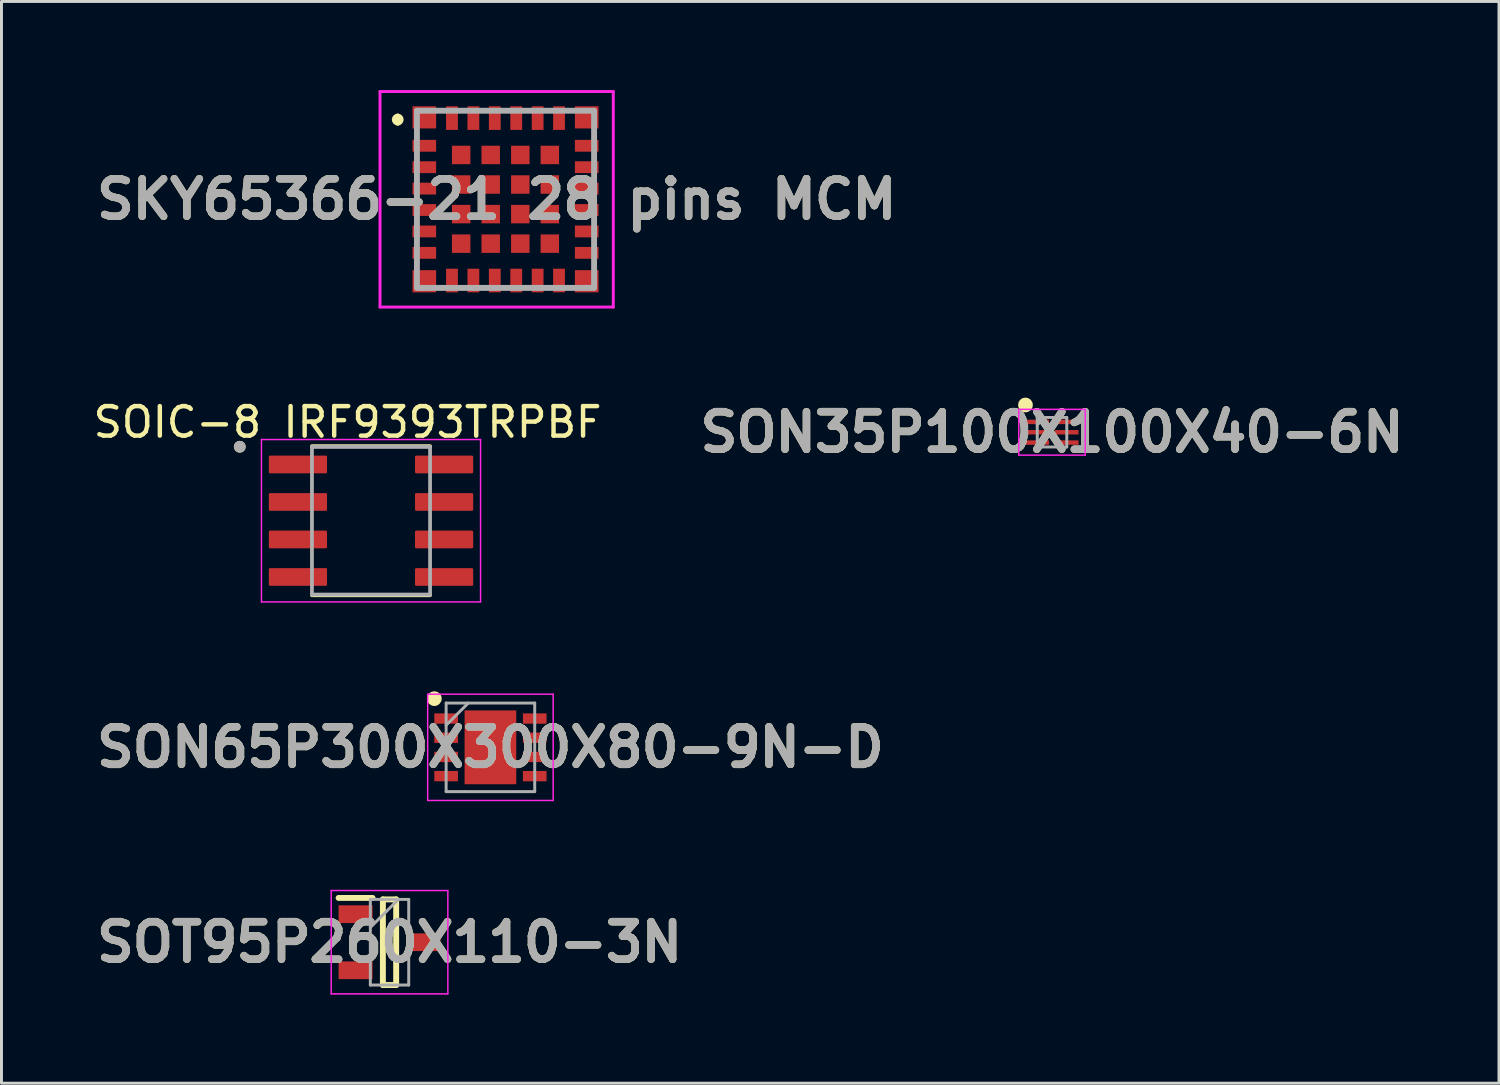
<source format=kicad_pcb>
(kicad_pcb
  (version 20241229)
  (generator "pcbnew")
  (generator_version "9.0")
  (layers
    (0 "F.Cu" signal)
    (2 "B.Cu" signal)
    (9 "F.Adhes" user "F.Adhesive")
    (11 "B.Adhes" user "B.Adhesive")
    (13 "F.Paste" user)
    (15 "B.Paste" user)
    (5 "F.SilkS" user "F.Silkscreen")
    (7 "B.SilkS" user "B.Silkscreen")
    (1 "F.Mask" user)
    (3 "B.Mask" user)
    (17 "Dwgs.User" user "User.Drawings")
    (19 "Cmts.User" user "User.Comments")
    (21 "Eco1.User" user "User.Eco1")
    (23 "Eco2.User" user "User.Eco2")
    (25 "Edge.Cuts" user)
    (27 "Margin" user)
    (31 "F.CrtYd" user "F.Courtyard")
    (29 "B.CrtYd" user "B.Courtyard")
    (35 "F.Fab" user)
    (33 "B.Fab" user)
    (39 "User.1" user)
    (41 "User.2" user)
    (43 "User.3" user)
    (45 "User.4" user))
  (footprint "SON65P300X300X80-9N-D"
    (layer "F.Cu")
    (at 13.559 22.26)
    (property "Reference" "SON65P300X300X80-9N-D" (at 0 0 0) (layer "F.SilkS") (effects (font (size 1.27 1.27) (thickness 0.254))))
    (attr smd)
    (fp_circle (center -1.9 -1.65) (end -1.9 -1.525) (stroke (width 0.25) (type solid)) (fill no) (layer "F.SilkS"))
    (fp_line (start -2.125 -1.8) (end 2.125 -1.8) (stroke (width 0.05) (type solid)) (layer "F.CrtYd"))
    (fp_line (start -2.125 1.8) (end -2.125 -1.8) (stroke (width 0.05) (type solid)) (layer "F.CrtYd"))
    (fp_line (start 2.125 -1.8) (end 2.125 1.8) (stroke (width 0.05) (type solid)) (layer "F.CrtYd"))
    (fp_line (start 2.125 1.8) (end -2.125 1.8) (stroke (width 0.05) (type solid)) (layer "F.CrtYd"))
    (fp_line (start -1.5 -1.5) (end 1.5 -1.5) (stroke (width 0.1) (type solid)) (layer "F.Fab"))
    (fp_line (start -1.5 -0.75) (end -0.75 -1.5) (stroke (width 0.1) (type solid)) (layer "F.Fab"))
    (fp_line (start -1.5 1.5) (end -1.5 -1.5) (stroke (width 0.1) (type solid)) (layer "F.Fab"))
    (fp_line (start 1.5 -1.5) (end 1.5 1.5) (stroke (width 0.1) (type solid)) (layer "F.Fab"))
    (fp_line (start 1.5 1.5) (end -1.5 1.5) (stroke (width 0.1) (type solid)) (layer "F.Fab"))
    (fp_text user "${REFERENCE}" (at 0 0 0) (layer "F.Fab") (effects (font (size 1.27 1.27) (thickness 0.254))))
    (pad "1" smd rect (at -1.5 -0.975 90) (size 0.35 0.8) (layers "F.Cu" "F.Mask" "F.Paste"))
    (pad "2" smd rect (at -1.5 -0.325 90) (size 0.35 0.8) (layers "F.Cu" "F.Mask" "F.Paste"))
    (pad "3" smd rect (at -1.5 0.325 90) (size 0.35 0.8) (layers "F.Cu" "F.Mask" "F.Paste"))
    (pad "4" smd rect (at -1.5 0.975 90) (size 0.35 0.8) (layers "F.Cu" "F.Mask" "F.Paste"))
    (pad "5" smd rect (at 1.5 0.975 90) (size 0.35 0.8) (layers "F.Cu" "F.Mask" "F.Paste"))
    (pad "6" smd rect (at 1.5 0.325 90) (size 0.35 0.8) (layers "F.Cu" "F.Mask" "F.Paste"))
    (pad "7" smd rect (at 1.5 -0.325 90) (size 0.35 0.8) (layers "F.Cu" "F.Mask" "F.Paste"))
    (pad "8" smd rect (at 1.5 -0.975 90) (size 0.35 0.8) (layers "F.Cu" "F.Mask" "F.Paste"))
    (pad "9" smd rect (at 0 0) (size 1.75 2.5) (layers "F.Cu" "F.Mask" "F.Paste")))
  (footprint "SON35P100X100X40-6N"
    (layer "F.Cu")
    (at 32.578 11.589)
    (property "Reference" "SON35P100X100X40-6N" (at 0 0 0) (layer "F.SilkS") (effects (font (size 1.27 1.27) (thickness 0.254))))
    (attr smd)
    (fp_circle (center -0.9 -0.925) (end -0.9 -0.8) (stroke (width 0.25) (type solid)) (fill no) (layer "F.SilkS"))
    (fp_line (start -1.125 -0.775) (end 1.125 -0.775) (stroke (width 0.05) (type solid)) (layer "F.CrtYd"))
    (fp_line (start -1.125 0.775) (end -1.125 -0.775) (stroke (width 0.05) (type solid)) (layer "F.CrtYd"))
    (fp_line (start 1.125 -0.775) (end 1.125 0.775) (stroke (width 0.05) (type solid)) (layer "F.CrtYd"))
    (fp_line (start 1.125 0.775) (end -1.125 0.775) (stroke (width 0.05) (type solid)) (layer "F.CrtYd"))
    (fp_line (start -0.5 -0.5) (end 0.5 -0.5) (stroke (width 0.1) (type solid)) (layer "F.Fab"))
    (fp_line (start -0.5 -0.25) (end -0.25 -0.5) (stroke (width 0.1) (type solid)) (layer "F.Fab"))
    (fp_line (start -0.5 0.5) (end -0.5 -0.5) (stroke (width 0.1) (type solid)) (layer "F.Fab"))
    (fp_line (start 0.5 -0.5) (end 0.5 0.5) (stroke (width 0.1) (type solid)) (layer "F.Fab"))
    (fp_line (start 0.5 0.5) (end -0.5 0.5) (stroke (width 0.1) (type solid)) (layer "F.Fab"))
    (fp_text user "${REFERENCE}" (at 0 0 0) (layer "F.Fab") (effects (font (size 1.27 1.27) (thickness 0.254))))
    (pad "1" smd rect (at -0.5 -0.35 90) (size 0.15 0.8) (layers "F.Cu" "F.Mask" "F.Paste"))
    (pad "2" smd rect (at -0.5 0 90) (size 0.15 0.8) (layers "F.Cu" "F.Mask" "F.Paste"))
    (pad "3" smd rect (at -0.5 0.35 90) (size 0.15 0.8) (layers "F.Cu" "F.Mask" "F.Paste"))
    (pad "4" smd rect (at 0.5 0.35 90) (size 0.15 0.8) (layers "F.Cu" "F.Mask" "F.Paste"))
    (pad "5" smd rect (at 0.5 0 90) (size 0.15 0.8) (layers "F.Cu" "F.Mask" "F.Paste"))
    (pad "6" smd rect (at 0.5 -0.35 90) (size 0.15 0.8) (layers "F.Cu" "F.Mask" "F.Paste")))
  (footprint "SOT95P260X110-3N"
    (layer "F.Cu")
    (at 10.142 28.86)
    (property "Reference" "SOT95P260X110-3N" (at 0 0 0) (layer "F.SilkS") (effects (font (size 1.27 1.27) (thickness 0.254))))
    (attr smd)
    (fp_line (start -1.725 -1.5) (end -0.575 -1.5) (stroke (width 0.2) (type solid)) (layer "F.SilkS"))
    (fp_line (start -0.225 -1.45) (end 0.225 -1.45) (stroke (width 0.2) (type solid)) (layer "F.SilkS"))
    (fp_line (start -0.225 1.45) (end -0.225 -1.45) (stroke (width 0.2) (type solid)) (layer "F.SilkS"))
    (fp_line (start 0.225 -1.45) (end 0.225 1.45) (stroke (width 0.2) (type solid)) (layer "F.SilkS"))
    (fp_line (start 0.225 1.45) (end -0.225 1.45) (stroke (width 0.2) (type solid)) (layer "F.SilkS"))
    (fp_line (start -1.975 -1.75) (end 1.975 -1.75) (stroke (width 0.05) (type solid)) (layer "F.CrtYd"))
    (fp_line (start -1.975 1.75) (end -1.975 -1.75) (stroke (width 0.05) (type solid)) (layer "F.CrtYd"))
    (fp_line (start 1.975 -1.75) (end 1.975 1.75) (stroke (width 0.05) (type solid)) (layer "F.CrtYd"))
    (fp_line (start 1.975 1.75) (end -1.975 1.75) (stroke (width 0.05) (type solid)) (layer "F.CrtYd"))
    (fp_line (start -0.65 -1.45) (end 0.65 -1.45) (stroke (width 0.1) (type solid)) (layer "F.Fab"))
    (fp_line (start -0.65 -0.5) (end 0.3 -1.45) (stroke (width 0.1) (type solid)) (layer "F.Fab"))
    (fp_line (start -0.65 1.45) (end -0.65 -1.45) (stroke (width 0.1) (type solid)) (layer "F.Fab"))
    (fp_line (start 0.65 -1.45) (end 0.65 1.45) (stroke (width 0.1) (type solid)) (layer "F.Fab"))
    (fp_line (start 0.65 1.45) (end -0.65 1.45) (stroke (width 0.1) (type solid)) (layer "F.Fab"))
    (fp_text user "${REFERENCE}" (at 0 0 0) (layer "F.Fab") (effects (font (size 1.27 1.27) (thickness 0.254))))
    (pad "1" smd rect (at -1.15 -0.95 90) (size 0.6 1.15) (layers "F.Cu" "F.Mask" "F.Paste"))
    (pad "2" smd rect (at -1.15 0.95 90) (size 0.6 1.15) (layers "F.Cu" "F.Mask" "F.Paste"))
    (pad "3" smd rect (at 1.15 0 90) (size 0.6 1.15) (layers "F.Cu" "F.Mask" "F.Paste")))
  (footprint "SKY65366-21 28 pins MCM"
    (layer "F.Cu")
    (at 14.07 3.7)
    (property "Reference" "SKY65366-21 28 pins MCM" (at -0.3 0 0) (layer "F.SilkS") (effects (font (size 1.27 1.27) (thickness 0.254))))
    (attr smd)
    (fp_line (start -3.65 -2.8) (end -3.65 -2.8) (stroke (width 0.2) (type solid)) (layer "F.SilkS"))
    (fp_line (start -3.65 -2.6) (end -3.65 -2.6) (stroke (width 0.2) (type solid)) (layer "F.SilkS"))
    (fp_arc (start -3.65 -2.8) (mid -3.55 -2.7) (end -3.65 -2.6) (stroke (width 0.2) (type solid)) (layer "F.SilkS"))
    (fp_arc (start -3.65 -2.6) (mid -3.75 -2.7) (end -3.65 -2.8) (stroke (width 0.2) (type solid)) (layer "F.SilkS"))
    (fp_line (start -4.25 -3.65) (end 3.65 -3.65) (stroke (width 0.1) (type solid)) (layer "F.CrtYd"))
    (fp_line (start -4.25 3.65) (end -4.25 -3.65) (stroke (width 0.1) (type solid)) (layer "F.CrtYd"))
    (fp_line (start 3.65 -3.65) (end 3.65 3.65) (stroke (width 0.1) (type solid)) (layer "F.CrtYd"))
    (fp_line (start 3.65 3.65) (end -4.25 3.65) (stroke (width 0.1) (type solid)) (layer "F.CrtYd"))
    (fp_line (start -3 -3) (end 3 -3) (stroke (width 0.2) (type solid)) (layer "F.Fab"))
    (fp_line (start -3 3) (end -3 -3) (stroke (width 0.2) (type solid)) (layer "F.Fab"))
    (fp_line (start 3 -3) (end 3 3) (stroke (width 0.2) (type solid)) (layer "F.Fab"))
    (fp_line (start 3 3) (end -3 3) (stroke (width 0.2) (type solid)) (layer "F.Fab"))
    (fp_text user "${REFERENCE}" (at -0.3 0 0) (layer "F.Fab") (effects (font (size 1.27 1.27) (thickness 0.254))))
    (pad "1" smd rect (at -2.75 -2.775 90) (size 0.75 0.8) (layers "F.Cu" "F.Mask" "F.Paste"))
    (pad "2" smd rect (at -2.75 -1.813 90) (size 0.4 0.8) (layers "F.Cu" "F.Mask" "F.Paste"))
    (pad "3" smd rect (at -2.75 -1.088 90) (size 0.4 0.8) (layers "F.Cu" "F.Mask" "F.Paste"))
    (pad "4" smd rect (at -2.75 -0.363 90) (size 0.4 0.8) (layers "F.Cu" "F.Mask" "F.Paste"))
    (pad "5" smd rect (at -2.75 0.362 90) (size 0.4 0.8) (layers "F.Cu" "F.Mask" "F.Paste"))
    (pad "6" smd rect (at -2.75 1.088 90) (size 0.4 0.8) (layers "F.Cu" "F.Mask" "F.Paste"))
    (pad "7" smd rect (at -2.75 1.813 90) (size 0.4 0.8) (layers "F.Cu" "F.Mask" "F.Paste"))
    (pad "8" smd rect (at -2.75 2.775 90) (size 0.75 0.8) (layers "F.Cu" "F.Mask" "F.Paste"))
    (pad "9" smd rect (at -1.813 2.75) (size 0.4 0.8) (layers "F.Cu" "F.Mask" "F.Paste"))
    (pad "10" smd rect (at -1.088 2.75) (size 0.4 0.8) (layers "F.Cu" "F.Mask" "F.Paste"))
    (pad "11" smd rect (at -0.363 2.75) (size 0.4 0.8) (layers "F.Cu" "F.Mask" "F.Paste"))
    (pad "12" smd rect (at 0.363 2.75) (size 0.4 0.8) (layers "F.Cu" "F.Mask" "F.Paste"))
    (pad "13" smd rect (at 1.088 2.75) (size 0.4 0.8) (layers "F.Cu" "F.Mask" "F.Paste"))
    (pad "14" smd rect (at 1.812 2.75) (size 0.4 0.8) (layers "F.Cu" "F.Mask" "F.Paste"))
    (pad "15" smd rect (at 2.75 2.775 90) (size 0.75 0.8) (layers "F.Cu" "F.Mask" "F.Paste"))
    (pad "16" smd rect (at 2.75 1.813 90) (size 0.4 0.8) (layers "F.Cu" "F.Mask" "F.Paste"))
    (pad "17" smd rect (at 2.75 1.088 90) (size 0.4 0.8) (layers "F.Cu" "F.Mask" "F.Paste"))
    (pad "18" smd rect (at 2.75 0.362 90) (size 0.4 0.8) (layers "F.Cu" "F.Mask" "F.Paste"))
    (pad "19" smd rect (at 2.75 -0.363 90) (size 0.4 0.8) (layers "F.Cu" "F.Mask" "F.Paste"))
    (pad "20" smd rect (at 2.75 -1.088 90) (size 0.4 0.8) (layers "F.Cu" "F.Mask" "F.Paste"))
    (pad "21" smd rect (at 2.75 -1.813 90) (size 0.4 0.8) (layers "F.Cu" "F.Mask" "F.Paste"))
    (pad "22" smd rect (at 2.75 -2.775 90) (size 0.75 0.8) (layers "F.Cu" "F.Mask" "F.Paste"))
    (pad "23" smd rect (at 1.812 -2.75) (size 0.4 0.8) (layers "F.Cu" "F.Mask" "F.Paste"))
    (pad "24" smd rect (at 1.088 -2.75) (size 0.4 0.8) (layers "F.Cu" "F.Mask" "F.Paste"))
    (pad "25" smd rect (at 0.363 -2.75) (size 0.4 0.8) (layers "F.Cu" "F.Mask" "F.Paste"))
    (pad "26" smd rect (at -0.363 -2.75) (size 0.4 0.8) (layers "F.Cu" "F.Mask" "F.Paste"))
    (pad "27" smd rect (at -1.088 -2.75) (size 0.4 0.8) (layers "F.Cu" "F.Mask" "F.Paste"))
    (pad "28" smd rect (at -1.813 -2.75) (size 0.4 0.8) (layers "F.Cu" "F.Mask" "F.Paste"))
    (pad "29" smd rect (at -1.502 -1.502 90) (size 0.625 0.625) (layers "F.Cu" "F.Mask" "F.Paste"))
    (pad "30" smd rect (at -1.502 -0.501 90) (size 0.625 0.625) (layers "F.Cu" "F.Mask" "F.Paste"))
    (pad "31" smd rect (at -1.502 0.501 90) (size 0.625 0.625) (layers "F.Cu" "F.Mask" "F.Paste"))
    (pad "32" smd rect (at -1.502 1.502 90) (size 0.625 0.625) (layers "F.Cu" "F.Mask" "F.Paste"))
    (pad "33" smd rect (at -0.501 1.502 90) (size 0.625 0.625) (layers "F.Cu" "F.Mask" "F.Paste"))
    (pad "34" smd rect (at 0.501 1.502 90) (size 0.625 0.625) (layers "F.Cu" "F.Mask" "F.Paste"))
    (pad "35" smd rect (at 1.501 1.502 90) (size 0.625 0.625) (layers "F.Cu" "F.Mask" "F.Paste"))
    (pad "36" smd rect (at 1.501 0.501 90) (size 0.625 0.625) (layers "F.Cu" "F.Mask" "F.Paste"))
    (pad "37" smd rect (at 1.501 -0.501 90) (size 0.625 0.625) (layers "F.Cu" "F.Mask" "F.Paste"))
    (pad "38" smd rect (at 1.501 -1.502 90) (size 0.625 0.625) (layers "F.Cu" "F.Mask" "F.Paste"))
    (pad "39" smd rect (at 0.501 -1.502 90) (size 0.625 0.625) (layers "F.Cu" "F.Mask" "F.Paste"))
    (pad "40" smd rect (at -0.501 -1.502 90) (size 0.625 0.625) (layers "F.Cu" "F.Mask" "F.Paste"))
    (pad "41" smd rect (at -0.501 -0.501 90) (size 0.625 0.625) (layers "F.Cu" "F.Mask" "F.Paste"))
    (pad "42" smd rect (at -0.501 0.502 90) (size 0.625 0.625) (layers "F.Cu" "F.Mask" "F.Paste"))
    (pad "43" smd rect (at 0.501 0.501 90) (size 0.625 0.625) (layers "F.Cu" "F.Mask" "F.Paste"))
    (pad "44" smd rect (at 0.501 -0.501 90) (size 0.625 0.625) (layers "F.Cu" "F.Mask" "F.Paste")))
  (footprint "SOIC-8 IRF9393TRPBF"
    (layer "F.Cu")
    (at 9.515 14.585)
    (property "Reference" "SOIC-8 IRF9393TRPBF" (at -0.795 -3.337 0) (layer "F.SilkS") (effects (font (size 1 1) (thickness 0.15))))
    (attr through_hole)
    (fp_line (start -2 -2.525) (end 2 -2.525) (stroke (width 0.127) (type solid)) (layer "F.SilkS"))
    (fp_line (start -2 2.525) (end 2 2.525) (stroke (width 0.127) (type solid)) (layer "F.SilkS"))
    (fp_circle (center -4.445 -2.505) (end -4.345 -2.505) (stroke (width 0.2) (type solid)) (fill no) (layer "F.SilkS"))
    (fp_line (start -3.71 -2.75) (end -3.71 2.75) (stroke (width 0.05) (type solid)) (layer "F.CrtYd"))
    (fp_line (start -3.71 -2.75) (end 3.71 -2.75) (stroke (width 0.05) (type solid)) (layer "F.CrtYd"))
    (fp_line (start -3.71 2.75) (end 3.71 2.75) (stroke (width 0.05) (type solid)) (layer "F.CrtYd"))
    (fp_line (start 3.71 -2.75) (end 3.71 2.75) (stroke (width 0.05) (type solid)) (layer "F.CrtYd"))
    (fp_line (start -2 -2.5) (end -2 2.5) (stroke (width 0.127) (type solid)) (layer "F.Fab"))
    (fp_line (start -2 -2.5) (end 2 -2.5) (stroke (width 0.127) (type solid)) (layer "F.Fab"))
    (fp_line (start -2 2.5) (end 2 2.5) (stroke (width 0.127) (type solid)) (layer "F.Fab"))
    (fp_line (start 2 -2.5) (end 2 2.5) (stroke (width 0.127) (type solid)) (layer "F.Fab"))
    (fp_circle (center -4.445 -2.505) (end -4.345 -2.505) (stroke (width 0.2) (type solid)) (fill no) (layer "F.Fab"))
    (pad "1" smd roundrect (at -2.475 -1.905) (size 1.97 0.6) (layers "F.Cu" "F.Mask" "F.Paste") (roundrect_rratio 0.07))
    (pad "2" smd roundrect (at -2.475 -0.635) (size 1.97 0.6) (layers "F.Cu" "F.Mask" "F.Paste") (roundrect_rratio 0.07))
    (pad "3" smd roundrect (at -2.475 0.635) (size 1.97 0.6) (layers "F.Cu" "F.Mask" "F.Paste") (roundrect_rratio 0.07))
    (pad "4" smd roundrect (at -2.475 1.905) (size 1.97 0.6) (layers "F.Cu" "F.Mask" "F.Paste") (roundrect_rratio 0.07))
    (pad "5" smd roundrect (at 2.475 1.905) (size 1.97 0.6) (layers "F.Cu" "F.Mask" "F.Paste") (roundrect_rratio 0.07))
    (pad "6" smd roundrect (at 2.475 0.635) (size 1.97 0.6) (layers "F.Cu" "F.Mask" "F.Paste") (roundrect_rratio 0.07))
    (pad "7" smd roundrect (at 2.475 -0.635) (size 1.97 0.6) (layers "F.Cu" "F.Mask" "F.Paste") (roundrect_rratio 0.07))
    (pad "8" smd roundrect (at 2.475 -1.905) (size 1.97 0.6) (layers "F.Cu" "F.Mask" "F.Paste") (roundrect_rratio 0.07)))
  (gr_rect
    (start -3 -3)
    (end 47.716 33.635)
    (stroke (width 0.1) (type default))
    (fill no)
    (layer "Edge.Cuts")))
</source>
